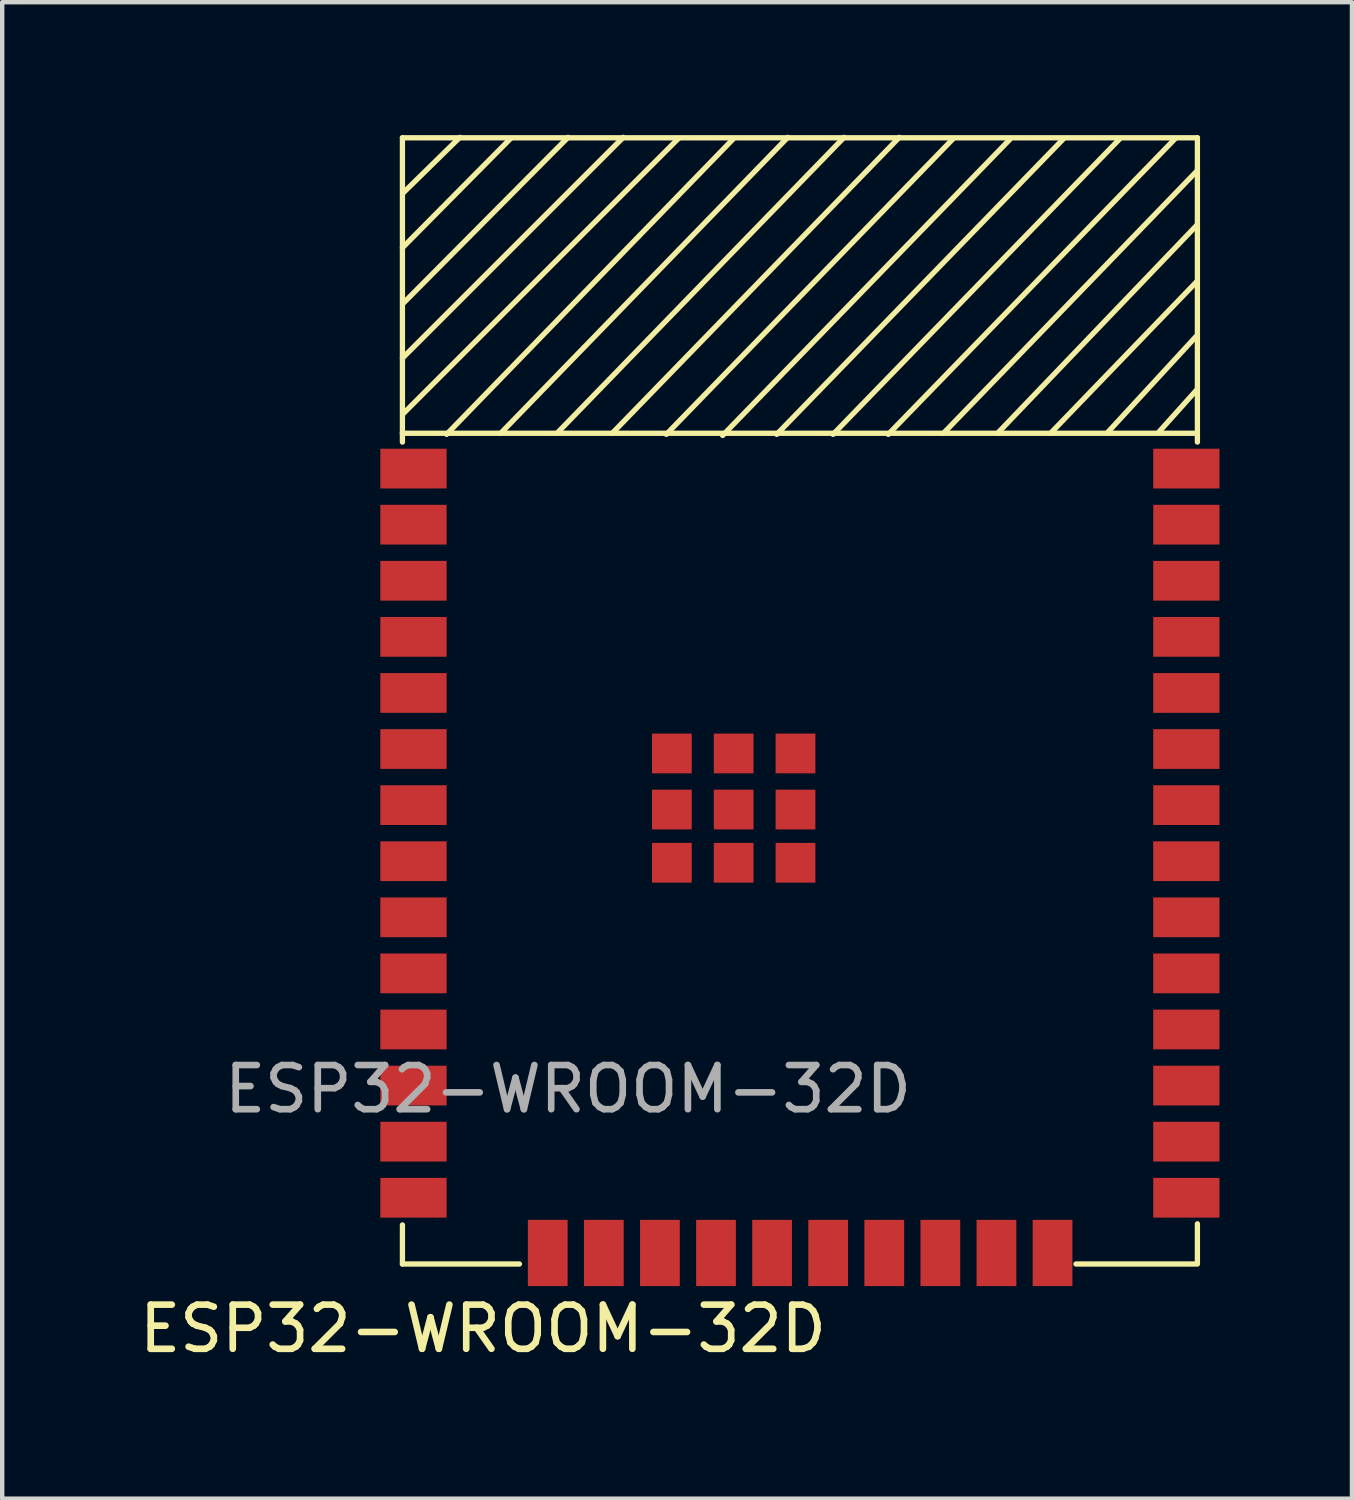
<source format=kicad_pcb>
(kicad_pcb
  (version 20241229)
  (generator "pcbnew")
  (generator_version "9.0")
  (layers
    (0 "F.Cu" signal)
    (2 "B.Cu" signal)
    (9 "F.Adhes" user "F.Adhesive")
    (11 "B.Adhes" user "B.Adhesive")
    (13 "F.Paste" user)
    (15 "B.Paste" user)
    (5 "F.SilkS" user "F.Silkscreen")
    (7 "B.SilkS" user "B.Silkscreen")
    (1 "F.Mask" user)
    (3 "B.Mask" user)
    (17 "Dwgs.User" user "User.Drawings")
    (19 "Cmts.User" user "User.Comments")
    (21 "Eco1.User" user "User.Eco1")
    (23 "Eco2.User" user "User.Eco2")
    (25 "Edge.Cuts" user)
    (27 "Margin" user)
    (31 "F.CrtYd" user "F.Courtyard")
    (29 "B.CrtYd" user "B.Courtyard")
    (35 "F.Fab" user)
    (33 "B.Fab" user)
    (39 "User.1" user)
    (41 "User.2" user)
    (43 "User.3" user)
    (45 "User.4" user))
  (footprint "ESP32-WROOM-32D"
    (layer "F.Cu")
    (at 6.312 7.56)
    (property "Reference" "ESP32-WROOM-32D" (at 1.575 19.475 0) (unlocked yes) (layer "F.SilkS") (effects (font (size 1 1) (thickness 0.15))))
    (attr smd)
    (fp_line (start -0.25 -7.49) (end -0.25 -0.8) (stroke (width 0.12) (type solid)) (layer "F.SilkS"))
    (fp_line (start -0.25 -7.49) (end 17.75 -7.49) (stroke (width 0.12) (type solid)) (layer "F.SilkS"))
    (fp_line (start -0.25 -5) (end 2.2 -7.475) (stroke (width 0.12) (type solid)) (layer "F.SilkS"))
    (fp_line (start -0.25 -0.8) (end -0.25 -0.6) (stroke (width 0.12) (type solid)) (layer "F.SilkS"))
    (fp_line (start -0.25 -0.8) (end 17.75 -0.8) (stroke (width 0.12) (type solid)) (layer "F.SilkS"))
    (fp_line (start -0.25 17.125) (end -0.25 18.01) (stroke (width 0.12) (type solid)) (layer "F.SilkS"))
    (fp_line (start -0.25 18.01) (end 2.4 18.01) (stroke (width 0.12) (type solid)) (layer "F.SilkS"))
    (fp_line (start -0.225 -6.25) (end 1.05 -7.5) (stroke (width 0.12) (type solid)) (layer "F.SilkS"))
    (fp_line (start -0.225 -3.75) (end 3.5 -7.5) (stroke (width 0.12) (type solid)) (layer "F.SilkS"))
    (fp_line (start 4.75 -7.5) (end -0.25 -2.5) (stroke (width 0.12) (type solid)) (layer "F.SilkS"))
    (fp_line (start 6 -7.475) (end -0.225 -1.25) (stroke (width 0.12) (type solid)) (layer "F.SilkS"))
    (fp_line (start 7.25 -7.475) (end 0.75 -0.775) (stroke (width 0.12) (type solid)) (layer "F.SilkS"))
    (fp_line (start 8.475 -7.5) (end 1.975 -0.8) (stroke (width 0.12) (type solid)) (layer "F.SilkS"))
    (fp_line (start 9.75 -7.5) (end 3.25 -0.8) (stroke (width 0.12) (type solid)) (layer "F.SilkS"))
    (fp_line (start 11 -7.5) (end 4.5 -0.8) (stroke (width 0.12) (type solid)) (layer "F.SilkS"))
    (fp_line (start 12.225 -7.475) (end 5.725 -0.775) (stroke (width 0.12) (type solid)) (layer "F.SilkS"))
    (fp_line (start 13.5 -7.45) (end 7 -0.75) (stroke (width 0.12) (type solid)) (layer "F.SilkS"))
    (fp_line (start 14.725 -7.475) (end 8.225 -0.775) (stroke (width 0.12) (type solid)) (layer "F.SilkS"))
    (fp_line (start 15 18.01) (end 17.75 18.01) (stroke (width 0.12) (type solid)) (layer "F.SilkS"))
    (fp_line (start 16 -7.475) (end 9.5 -0.775) (stroke (width 0.12) (type solid)) (layer "F.SilkS"))
    (fp_line (start 17.25 -7.475) (end 10.75 -0.775) (stroke (width 0.12) (type solid)) (layer "F.SilkS"))
    (fp_line (start 17.75 -7.49) (end 17.75 -0.8) (stroke (width 0.12) (type solid)) (layer "F.SilkS"))
    (fp_line (start 17.75 -6.75) (end 12 -0.8) (stroke (width 0.12) (type solid)) (layer "F.SilkS"))
    (fp_line (start 17.75 -5.525) (end 13.225 -0.8) (stroke (width 0.12) (type solid)) (layer "F.SilkS"))
    (fp_line (start 17.75 -4.25) (end 14.425 -0.8) (stroke (width 0.12) (type solid)) (layer "F.SilkS"))
    (fp_line (start 17.75 -3.025) (end 15.7 -0.8) (stroke (width 0.12) (type solid)) (layer "F.SilkS"))
    (fp_line (start 17.75 -1.8) (end 16.875 -0.825) (stroke (width 0.12) (type solid)) (layer "F.SilkS"))
    (fp_line (start 17.75 -0.8) (end 17.75 -0.6) (stroke (width 0.12) (type solid)) (layer "F.SilkS"))
    (fp_line (start 17.75 17.975) (end 17.75 17.1) (stroke (width 0.12) (type solid)) (layer "F.SilkS"))
    (fp_text user "${REFERENCE}" (at 3.5 14.05 0) (unlocked yes) (layer "F.Fab") (effects (font (size 1 1) (thickness 0.15))))
    (pad "1" smd rect (at 0 0) (size 1.5 0.9) (layers "F.Cu" "F.Mask" "F.Paste"))
    (pad "2" smd rect (at 0 1.27) (size 1.5 0.9) (layers "F.Cu" "F.Mask" "F.Paste"))
    (pad "3" smd rect (at 0 2.54) (size 1.5 0.9) (layers "F.Cu" "F.Mask" "F.Paste"))
    (pad "4" smd rect (at 0 3.81) (size 1.5 0.9) (layers "F.Cu" "F.Mask" "F.Paste"))
    (pad "5" smd rect (at 0 5.08) (size 1.5 0.9) (layers "F.Cu" "F.Mask" "F.Paste"))
    (pad "6" smd rect (at 0 6.35) (size 1.5 0.9) (layers "F.Cu" "F.Mask" "F.Paste"))
    (pad "7" smd rect (at 0 7.62) (size 1.5 0.9) (layers "F.Cu" "F.Mask" "F.Paste"))
    (pad "8" smd rect (at 0 8.89) (size 1.5 0.9) (layers "F.Cu" "F.Mask" "F.Paste"))
    (pad "9" smd rect (at 0 10.16) (size 1.5 0.9) (layers "F.Cu" "F.Mask" "F.Paste"))
    (pad "10" smd rect (at 0 11.43) (size 1.5 0.9) (layers "F.Cu" "F.Mask" "F.Paste"))
    (pad "11" smd rect (at 0 12.7) (size 1.5 0.9) (layers "F.Cu" "F.Mask" "F.Paste"))
    (pad "12" smd rect (at 0 13.97) (size 1.5 0.9) (layers "F.Cu" "F.Mask" "F.Paste"))
    (pad "13" smd rect (at 0 15.24) (size 1.5 0.9) (layers "F.Cu" "F.Mask" "F.Paste"))
    (pad "14" smd rect (at 0 16.51) (size 1.5 0.9) (layers "F.Cu" "F.Mask" "F.Paste"))
    (pad "15" smd rect (at 3.04 17.76 90) (size 1.5 0.9) (layers "F.Cu" "F.Mask" "F.Paste"))
    (pad "16" smd rect (at 4.31 17.76 90) (size 1.5 0.9) (layers "F.Cu" "F.Mask" "F.Paste"))
    (pad "17" smd rect (at 5.58 17.76 90) (size 1.5 0.9) (layers "F.Cu" "F.Mask" "F.Paste"))
    (pad "18" smd rect (at 6.85 17.76 90) (size 1.5 0.9) (layers "F.Cu" "F.Mask" "F.Paste"))
    (pad "19" smd rect (at 8.12 17.76 90) (size 1.5 0.9) (layers "F.Cu" "F.Mask" "F.Paste"))
    (pad "20" smd rect (at 9.39 17.76 90) (size 1.5 0.9) (layers "F.Cu" "F.Mask" "F.Paste"))
    (pad "21" smd rect (at 10.66 17.76 90) (size 1.5 0.9) (layers "F.Cu" "F.Mask" "F.Paste"))
    (pad "22" smd rect (at 11.93 17.76 90) (size 1.5 0.9) (layers "F.Cu" "F.Mask" "F.Paste"))
    (pad "23" smd rect (at 13.2 17.76 90) (size 1.5 0.9) (layers "F.Cu" "F.Mask" "F.Paste"))
    (pad "24" smd rect (at 14.47 17.76 90) (size 1.5 0.9) (layers "F.Cu" "F.Mask" "F.Paste"))
    (pad "25" smd rect (at 17.5 16.51 180) (size 1.5 0.9) (layers "F.Cu" "F.Mask" "F.Paste"))
    (pad "26" smd rect (at 17.5 15.24 180) (size 1.5 0.9) (layers "F.Cu" "F.Mask" "F.Paste"))
    (pad "27" smd rect (at 17.5 13.97 180) (size 1.5 0.9) (layers "F.Cu" "F.Mask" "F.Paste"))
    (pad "28" smd rect (at 17.5 12.7 180) (size 1.5 0.9) (layers "F.Cu" "F.Mask" "F.Paste"))
    (pad "29" smd rect (at 17.5 11.43 180) (size 1.5 0.9) (layers "F.Cu" "F.Mask" "F.Paste"))
    (pad "30" smd rect (at 17.5 10.16 180) (size 1.5 0.9) (layers "F.Cu" "F.Mask" "F.Paste"))
    (pad "31" smd rect (at 17.5 8.89 180) (size 1.5 0.9) (layers "F.Cu" "F.Mask" "F.Paste"))
    (pad "32" smd rect (at 17.5 7.62 180) (size 1.5 0.9) (layers "F.Cu" "F.Mask" "F.Paste"))
    (pad "33" smd rect (at 17.5 6.35 180) (size 1.5 0.9) (layers "F.Cu" "F.Mask" "F.Paste"))
    (pad "34" smd rect (at 17.5 5.08 180) (size 1.5 0.9) (layers "F.Cu" "F.Mask" "F.Paste"))
    (pad "35" smd rect (at 17.5 3.81 180) (size 1.5 0.9) (layers "F.Cu" "F.Mask" "F.Paste"))
    (pad "36" smd rect (at 17.5 2.54 180) (size 1.5 0.9) (layers "F.Cu" "F.Mask" "F.Paste"))
    (pad "37" smd rect (at 17.5 1.27 180) (size 1.5 0.9) (layers "F.Cu" "F.Mask" "F.Paste"))
    (pad "38" smd rect (at 17.5 0 180) (size 1.5 0.9) (layers "F.Cu" "F.Mask" "F.Paste"))
    (pad "39" smd rect (at 5.85 6.45 90) (size 0.9 0.9) (layers "F.Cu" "F.Mask" "F.Paste"))
    (pad "39" smd rect (at 5.85 7.72 90) (size 0.9 0.9) (layers "F.Cu" "F.Mask" "F.Paste"))
    (pad "39" smd rect (at 5.85 8.925 90) (size 0.9 0.9) (layers "F.Cu" "F.Mask" "F.Paste"))
    (pad "39" smd rect (at 7.25 6.45 90) (size 0.9 0.9) (layers "F.Cu" "F.Mask" "F.Paste"))
    (pad "39" smd rect (at 7.25 7.72 90) (size 0.9 0.9) (layers "F.Cu" "F.Mask" "F.Paste"))
    (pad "39" smd rect (at 7.25 8.925 90) (size 0.9 0.9) (layers "F.Cu" "F.Mask" "F.Paste"))
    (pad "39" smd rect (at 8.65 6.45 90) (size 0.9 0.9) (layers "F.Cu" "F.Mask" "F.Paste"))
    (pad "39" smd rect (at 8.65 7.72 90) (size 0.9 0.9) (layers "F.Cu" "F.Mask" "F.Paste"))
    (pad "39" smd rect (at 8.65 8.925 90) (size 0.9 0.9) (layers "F.Cu" "F.Mask" "F.Paste")))
  (gr_rect
    (start -3 -3)
    (end 27.562 30.883)
    (stroke (width 0.1) (type default))
    (fill no)
    (layer "Edge.Cuts")))
</source>
